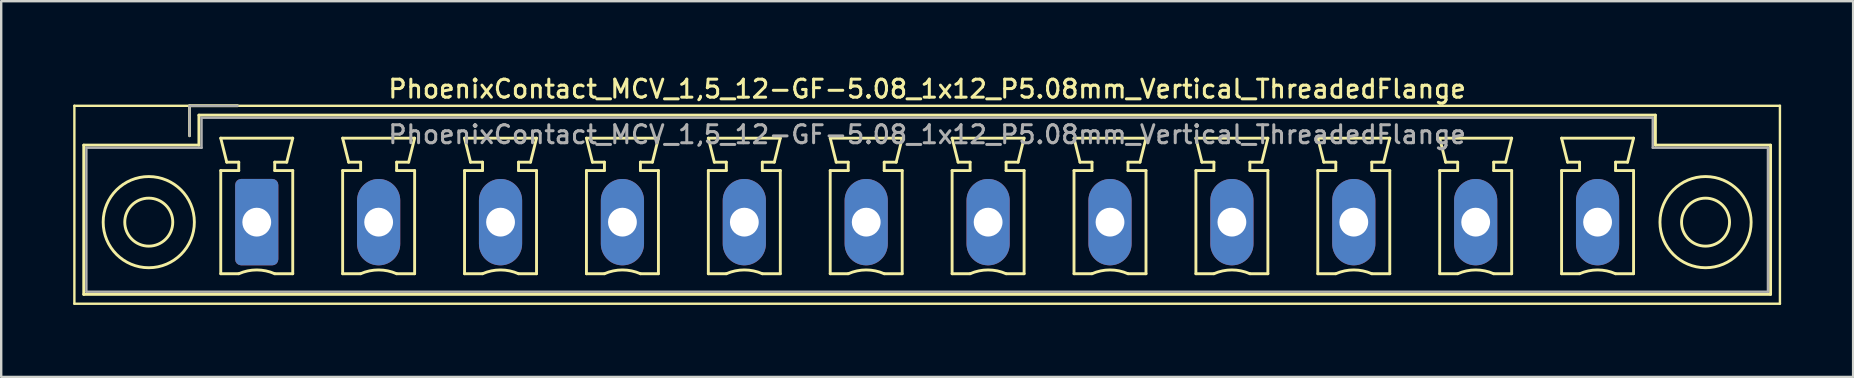
<source format=kicad_pcb>
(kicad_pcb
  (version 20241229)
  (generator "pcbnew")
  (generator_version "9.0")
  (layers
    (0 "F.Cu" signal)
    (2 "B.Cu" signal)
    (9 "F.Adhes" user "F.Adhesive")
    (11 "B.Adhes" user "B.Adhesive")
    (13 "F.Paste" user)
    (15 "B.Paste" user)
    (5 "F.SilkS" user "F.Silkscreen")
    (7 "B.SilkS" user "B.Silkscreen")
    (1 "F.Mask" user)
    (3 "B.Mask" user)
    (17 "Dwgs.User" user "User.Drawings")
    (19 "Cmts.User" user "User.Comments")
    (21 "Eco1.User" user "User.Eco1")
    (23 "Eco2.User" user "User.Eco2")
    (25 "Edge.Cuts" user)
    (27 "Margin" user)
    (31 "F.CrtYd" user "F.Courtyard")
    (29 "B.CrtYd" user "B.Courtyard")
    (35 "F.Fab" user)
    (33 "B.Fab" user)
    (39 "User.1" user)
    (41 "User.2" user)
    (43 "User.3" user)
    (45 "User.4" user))
  (footprint "PhoenixContact_MCV_1,5_12-GF-5.08_1x12_P5.08mm_Vertical_ThreadedFlange"
    (layer "F.Cu")
    (at 7.65 6.208)
    (property "Reference" "PhoenixContact_MCV_1,5_12-GF-5.08_1x12_P5.08mm_Vertical_ThreadedFlange" (at 27.94 -5.55 0) (layer "F.SilkS") (effects (font (size 0.75 0.75) (thickness 0.125))))
    (attr through_hole)
    (fp_line (start -7.6 -4.85) (end -7.6 3.4) (stroke (width 0.1) (type solid)) (layer "F.SilkS"))
    (fp_line (start -7.6 3.4) (end 63.48 3.4) (stroke (width 0.1) (type solid)) (layer "F.SilkS"))
    (fp_line (start -7.21 -3.21) (end -7.21 3.01) (stroke (width 0.12) (type solid)) (layer "F.SilkS"))
    (fp_line (start -7.21 3.01) (end 63.09 3.01) (stroke (width 0.12) (type solid)) (layer "F.SilkS"))
    (fp_line (start -2.8 -4.85) (end -0.8 -4.85) (stroke (width 0.12) (type solid)) (layer "F.SilkS"))
    (fp_line (start -2.8 -3.6) (end -2.8 -4.85) (stroke (width 0.12) (type solid)) (layer "F.SilkS"))
    (fp_line (start -2.41 -4.46) (end -2.41 -3.21) (stroke (width 0.12) (type solid)) (layer "F.SilkS"))
    (fp_line (start -2.41 -3.21) (end -7.21 -3.21) (stroke (width 0.12) (type solid)) (layer "F.SilkS"))
    (fp_line (start -1.5 -3.5) (end 1.5 -3.5) (stroke (width 0.12) (type solid)) (layer "F.SilkS"))
    (fp_line (start -1.5 -2.15) (end -0.75 -2.15) (stroke (width 0.12) (type solid)) (layer "F.SilkS"))
    (fp_line (start -1.5 2.15) (end -1.5 -2.15) (stroke (width 0.12) (type solid)) (layer "F.SilkS"))
    (fp_line (start -1.25 -2.5) (end -1.5 -3.5) (stroke (width 0.12) (type solid)) (layer "F.SilkS"))
    (fp_line (start -0.75 -2.5) (end -1.25 -2.5) (stroke (width 0.12) (type solid)) (layer "F.SilkS"))
    (fp_line (start -0.75 -2.15) (end -0.75 -2.5) (stroke (width 0.12) (type solid)) (layer "F.SilkS"))
    (fp_line (start -0.75 2.15) (end -1.5 2.15) (stroke (width 0.12) (type solid)) (layer "F.SilkS"))
    (fp_line (start 0.75 -2.5) (end 0.75 -2.15) (stroke (width 0.12) (type solid)) (layer "F.SilkS"))
    (fp_line (start 0.75 -2.15) (end 1.5 -2.15) (stroke (width 0.12) (type solid)) (layer "F.SilkS"))
    (fp_line (start 1.25 -2.5) (end 0.75 -2.5) (stroke (width 0.12) (type solid)) (layer "F.SilkS"))
    (fp_line (start 1.5 -3.5) (end 1.25 -2.5) (stroke (width 0.12) (type solid)) (layer "F.SilkS"))
    (fp_line (start 1.5 -2.15) (end 1.5 2.15) (stroke (width 0.12) (type solid)) (layer "F.SilkS"))
    (fp_line (start 1.5 2.15) (end 0.75 2.15) (stroke (width 0.12) (type solid)) (layer "F.SilkS"))
    (fp_line (start 3.58 -3.5) (end 6.58 -3.5) (stroke (width 0.12) (type solid)) (layer "F.SilkS"))
    (fp_line (start 3.58 -2.15) (end 4.33 -2.15) (stroke (width 0.12) (type solid)) (layer "F.SilkS"))
    (fp_line (start 3.58 2.15) (end 3.58 -2.15) (stroke (width 0.12) (type solid)) (layer "F.SilkS"))
    (fp_line (start 3.83 -2.5) (end 3.58 -3.5) (stroke (width 0.12) (type solid)) (layer "F.SilkS"))
    (fp_line (start 4.33 -2.5) (end 3.83 -2.5) (stroke (width 0.12) (type solid)) (layer "F.SilkS"))
    (fp_line (start 4.33 -2.15) (end 4.33 -2.5) (stroke (width 0.12) (type solid)) (layer "F.SilkS"))
    (fp_line (start 4.33 2.15) (end 3.58 2.15) (stroke (width 0.12) (type solid)) (layer "F.SilkS"))
    (fp_line (start 5.83 -2.5) (end 5.83 -2.15) (stroke (width 0.12) (type solid)) (layer "F.SilkS"))
    (fp_line (start 5.83 -2.15) (end 6.58 -2.15) (stroke (width 0.12) (type solid)) (layer "F.SilkS"))
    (fp_line (start 6.33 -2.5) (end 5.83 -2.5) (stroke (width 0.12) (type solid)) (layer "F.SilkS"))
    (fp_line (start 6.58 -3.5) (end 6.33 -2.5) (stroke (width 0.12) (type solid)) (layer "F.SilkS"))
    (fp_line (start 6.58 -2.15) (end 6.58 2.15) (stroke (width 0.12) (type solid)) (layer "F.SilkS"))
    (fp_line (start 6.58 2.15) (end 5.83 2.15) (stroke (width 0.12) (type solid)) (layer "F.SilkS"))
    (fp_line (start 8.66 -3.5) (end 11.66 -3.5) (stroke (width 0.12) (type solid)) (layer "F.SilkS"))
    (fp_line (start 8.66 -2.15) (end 9.41 -2.15) (stroke (width 0.12) (type solid)) (layer "F.SilkS"))
    (fp_line (start 8.66 2.15) (end 8.66 -2.15) (stroke (width 0.12) (type solid)) (layer "F.SilkS"))
    (fp_line (start 8.91 -2.5) (end 8.66 -3.5) (stroke (width 0.12) (type solid)) (layer "F.SilkS"))
    (fp_line (start 9.41 -2.5) (end 8.91 -2.5) (stroke (width 0.12) (type solid)) (layer "F.SilkS"))
    (fp_line (start 9.41 -2.15) (end 9.41 -2.5) (stroke (width 0.12) (type solid)) (layer "F.SilkS"))
    (fp_line (start 9.41 2.15) (end 8.66 2.15) (stroke (width 0.12) (type solid)) (layer "F.SilkS"))
    (fp_line (start 10.91 -2.5) (end 10.91 -2.15) (stroke (width 0.12) (type solid)) (layer "F.SilkS"))
    (fp_line (start 10.91 -2.15) (end 11.66 -2.15) (stroke (width 0.12) (type solid)) (layer "F.SilkS"))
    (fp_line (start 11.41 -2.5) (end 10.91 -2.5) (stroke (width 0.12) (type solid)) (layer "F.SilkS"))
    (fp_line (start 11.66 -3.5) (end 11.41 -2.5) (stroke (width 0.12) (type solid)) (layer "F.SilkS"))
    (fp_line (start 11.66 -2.15) (end 11.66 2.15) (stroke (width 0.12) (type solid)) (layer "F.SilkS"))
    (fp_line (start 11.66 2.15) (end 10.91 2.15) (stroke (width 0.12) (type solid)) (layer "F.SilkS"))
    (fp_line (start 13.74 -3.5) (end 16.74 -3.5) (stroke (width 0.12) (type solid)) (layer "F.SilkS"))
    (fp_line (start 13.74 -2.15) (end 14.49 -2.15) (stroke (width 0.12) (type solid)) (layer "F.SilkS"))
    (fp_line (start 13.74 2.15) (end 13.74 -2.15) (stroke (width 0.12) (type solid)) (layer "F.SilkS"))
    (fp_line (start 13.99 -2.5) (end 13.74 -3.5) (stroke (width 0.12) (type solid)) (layer "F.SilkS"))
    (fp_line (start 14.49 -2.5) (end 13.99 -2.5) (stroke (width 0.12) (type solid)) (layer "F.SilkS"))
    (fp_line (start 14.49 -2.15) (end 14.49 -2.5) (stroke (width 0.12) (type solid)) (layer "F.SilkS"))
    (fp_line (start 14.49 2.15) (end 13.74 2.15) (stroke (width 0.12) (type solid)) (layer "F.SilkS"))
    (fp_line (start 15.99 -2.5) (end 15.99 -2.15) (stroke (width 0.12) (type solid)) (layer "F.SilkS"))
    (fp_line (start 15.99 -2.15) (end 16.74 -2.15) (stroke (width 0.12) (type solid)) (layer "F.SilkS"))
    (fp_line (start 16.49 -2.5) (end 15.99 -2.5) (stroke (width 0.12) (type solid)) (layer "F.SilkS"))
    (fp_line (start 16.74 -3.5) (end 16.49 -2.5) (stroke (width 0.12) (type solid)) (layer "F.SilkS"))
    (fp_line (start 16.74 -2.15) (end 16.74 2.15) (stroke (width 0.12) (type solid)) (layer "F.SilkS"))
    (fp_line (start 16.74 2.15) (end 15.99 2.15) (stroke (width 0.12) (type solid)) (layer "F.SilkS"))
    (fp_line (start 18.82 -3.5) (end 21.82 -3.5) (stroke (width 0.12) (type solid)) (layer "F.SilkS"))
    (fp_line (start 18.82 -2.15) (end 19.57 -2.15) (stroke (width 0.12) (type solid)) (layer "F.SilkS"))
    (fp_line (start 18.82 2.15) (end 18.82 -2.15) (stroke (width 0.12) (type solid)) (layer "F.SilkS"))
    (fp_line (start 19.07 -2.5) (end 18.82 -3.5) (stroke (width 0.12) (type solid)) (layer "F.SilkS"))
    (fp_line (start 19.57 -2.5) (end 19.07 -2.5) (stroke (width 0.12) (type solid)) (layer "F.SilkS"))
    (fp_line (start 19.57 -2.15) (end 19.57 -2.5) (stroke (width 0.12) (type solid)) (layer "F.SilkS"))
    (fp_line (start 19.57 2.15) (end 18.82 2.15) (stroke (width 0.12) (type solid)) (layer "F.SilkS"))
    (fp_line (start 21.07 -2.5) (end 21.07 -2.15) (stroke (width 0.12) (type solid)) (layer "F.SilkS"))
    (fp_line (start 21.07 -2.15) (end 21.82 -2.15) (stroke (width 0.12) (type solid)) (layer "F.SilkS"))
    (fp_line (start 21.57 -2.5) (end 21.07 -2.5) (stroke (width 0.12) (type solid)) (layer "F.SilkS"))
    (fp_line (start 21.82 -3.5) (end 21.57 -2.5) (stroke (width 0.12) (type solid)) (layer "F.SilkS"))
    (fp_line (start 21.82 -2.15) (end 21.82 2.15) (stroke (width 0.12) (type solid)) (layer "F.SilkS"))
    (fp_line (start 21.82 2.15) (end 21.07 2.15) (stroke (width 0.12) (type solid)) (layer "F.SilkS"))
    (fp_line (start 23.9 -3.5) (end 26.9 -3.5) (stroke (width 0.12) (type solid)) (layer "F.SilkS"))
    (fp_line (start 23.9 -2.15) (end 24.65 -2.15) (stroke (width 0.12) (type solid)) (layer "F.SilkS"))
    (fp_line (start 23.9 2.15) (end 23.9 -2.15) (stroke (width 0.12) (type solid)) (layer "F.SilkS"))
    (fp_line (start 24.15 -2.5) (end 23.9 -3.5) (stroke (width 0.12) (type solid)) (layer "F.SilkS"))
    (fp_line (start 24.65 -2.5) (end 24.15 -2.5) (stroke (width 0.12) (type solid)) (layer "F.SilkS"))
    (fp_line (start 24.65 -2.15) (end 24.65 -2.5) (stroke (width 0.12) (type solid)) (layer "F.SilkS"))
    (fp_line (start 24.65 2.15) (end 23.9 2.15) (stroke (width 0.12) (type solid)) (layer "F.SilkS"))
    (fp_line (start 26.15 -2.5) (end 26.15 -2.15) (stroke (width 0.12) (type solid)) (layer "F.SilkS"))
    (fp_line (start 26.15 -2.15) (end 26.9 -2.15) (stroke (width 0.12) (type solid)) (layer "F.SilkS"))
    (fp_line (start 26.65 -2.5) (end 26.15 -2.5) (stroke (width 0.12) (type solid)) (layer "F.SilkS"))
    (fp_line (start 26.9 -3.5) (end 26.65 -2.5) (stroke (width 0.12) (type solid)) (layer "F.SilkS"))
    (fp_line (start 26.9 -2.15) (end 26.9 2.15) (stroke (width 0.12) (type solid)) (layer "F.SilkS"))
    (fp_line (start 26.9 2.15) (end 26.15 2.15) (stroke (width 0.12) (type solid)) (layer "F.SilkS"))
    (fp_line (start 28.98 -3.5) (end 31.98 -3.5) (stroke (width 0.12) (type solid)) (layer "F.SilkS"))
    (fp_line (start 28.98 -2.15) (end 29.73 -2.15) (stroke (width 0.12) (type solid)) (layer "F.SilkS"))
    (fp_line (start 28.98 2.15) (end 28.98 -2.15) (stroke (width 0.12) (type solid)) (layer "F.SilkS"))
    (fp_line (start 29.23 -2.5) (end 28.98 -3.5) (stroke (width 0.12) (type solid)) (layer "F.SilkS"))
    (fp_line (start 29.73 -2.5) (end 29.23 -2.5) (stroke (width 0.12) (type solid)) (layer "F.SilkS"))
    (fp_line (start 29.73 -2.15) (end 29.73 -2.5) (stroke (width 0.12) (type solid)) (layer "F.SilkS"))
    (fp_line (start 29.73 2.15) (end 28.98 2.15) (stroke (width 0.12) (type solid)) (layer "F.SilkS"))
    (fp_line (start 31.23 -2.5) (end 31.23 -2.15) (stroke (width 0.12) (type solid)) (layer "F.SilkS"))
    (fp_line (start 31.23 -2.15) (end 31.98 -2.15) (stroke (width 0.12) (type solid)) (layer "F.SilkS"))
    (fp_line (start 31.73 -2.5) (end 31.23 -2.5) (stroke (width 0.12) (type solid)) (layer "F.SilkS"))
    (fp_line (start 31.98 -3.5) (end 31.73 -2.5) (stroke (width 0.12) (type solid)) (layer "F.SilkS"))
    (fp_line (start 31.98 -2.15) (end 31.98 2.15) (stroke (width 0.12) (type solid)) (layer "F.SilkS"))
    (fp_line (start 31.98 2.15) (end 31.23 2.15) (stroke (width 0.12) (type solid)) (layer "F.SilkS"))
    (fp_line (start 34.06 -3.5) (end 37.06 -3.5) (stroke (width 0.12) (type solid)) (layer "F.SilkS"))
    (fp_line (start 34.06 -2.15) (end 34.81 -2.15) (stroke (width 0.12) (type solid)) (layer "F.SilkS"))
    (fp_line (start 34.06 2.15) (end 34.06 -2.15) (stroke (width 0.12) (type solid)) (layer "F.SilkS"))
    (fp_line (start 34.31 -2.5) (end 34.06 -3.5) (stroke (width 0.12) (type solid)) (layer "F.SilkS"))
    (fp_line (start 34.81 -2.5) (end 34.31 -2.5) (stroke (width 0.12) (type solid)) (layer "F.SilkS"))
    (fp_line (start 34.81 -2.15) (end 34.81 -2.5) (stroke (width 0.12) (type solid)) (layer "F.SilkS"))
    (fp_line (start 34.81 2.15) (end 34.06 2.15) (stroke (width 0.12) (type solid)) (layer "F.SilkS"))
    (fp_line (start 36.31 -2.5) (end 36.31 -2.15) (stroke (width 0.12) (type solid)) (layer "F.SilkS"))
    (fp_line (start 36.31 -2.15) (end 37.06 -2.15) (stroke (width 0.12) (type solid)) (layer "F.SilkS"))
    (fp_line (start 36.81 -2.5) (end 36.31 -2.5) (stroke (width 0.12) (type solid)) (layer "F.SilkS"))
    (fp_line (start 37.06 -3.5) (end 36.81 -2.5) (stroke (width 0.12) (type solid)) (layer "F.SilkS"))
    (fp_line (start 37.06 -2.15) (end 37.06 2.15) (stroke (width 0.12) (type solid)) (layer "F.SilkS"))
    (fp_line (start 37.06 2.15) (end 36.31 2.15) (stroke (width 0.12) (type solid)) (layer "F.SilkS"))
    (fp_line (start 39.14 -3.5) (end 42.14 -3.5) (stroke (width 0.12) (type solid)) (layer "F.SilkS"))
    (fp_line (start 39.14 -2.15) (end 39.89 -2.15) (stroke (width 0.12) (type solid)) (layer "F.SilkS"))
    (fp_line (start 39.14 2.15) (end 39.14 -2.15) (stroke (width 0.12) (type solid)) (layer "F.SilkS"))
    (fp_line (start 39.39 -2.5) (end 39.14 -3.5) (stroke (width 0.12) (type solid)) (layer "F.SilkS"))
    (fp_line (start 39.89 -2.5) (end 39.39 -2.5) (stroke (width 0.12) (type solid)) (layer "F.SilkS"))
    (fp_line (start 39.89 -2.15) (end 39.89 -2.5) (stroke (width 0.12) (type solid)) (layer "F.SilkS"))
    (fp_line (start 39.89 2.15) (end 39.14 2.15) (stroke (width 0.12) (type solid)) (layer "F.SilkS"))
    (fp_line (start 41.39 -2.5) (end 41.39 -2.15) (stroke (width 0.12) (type solid)) (layer "F.SilkS"))
    (fp_line (start 41.39 -2.15) (end 42.14 -2.15) (stroke (width 0.12) (type solid)) (layer "F.SilkS"))
    (fp_line (start 41.89 -2.5) (end 41.39 -2.5) (stroke (width 0.12) (type solid)) (layer "F.SilkS"))
    (fp_line (start 42.14 -3.5) (end 41.89 -2.5) (stroke (width 0.12) (type solid)) (layer "F.SilkS"))
    (fp_line (start 42.14 -2.15) (end 42.14 2.15) (stroke (width 0.12) (type solid)) (layer "F.SilkS"))
    (fp_line (start 42.14 2.15) (end 41.39 2.15) (stroke (width 0.12) (type solid)) (layer "F.SilkS"))
    (fp_line (start 44.22 -3.5) (end 47.22 -3.5) (stroke (width 0.12) (type solid)) (layer "F.SilkS"))
    (fp_line (start 44.22 -2.15) (end 44.97 -2.15) (stroke (width 0.12) (type solid)) (layer "F.SilkS"))
    (fp_line (start 44.22 2.15) (end 44.22 -2.15) (stroke (width 0.12) (type solid)) (layer "F.SilkS"))
    (fp_line (start 44.47 -2.5) (end 44.22 -3.5) (stroke (width 0.12) (type solid)) (layer "F.SilkS"))
    (fp_line (start 44.97 -2.5) (end 44.47 -2.5) (stroke (width 0.12) (type solid)) (layer "F.SilkS"))
    (fp_line (start 44.97 -2.15) (end 44.97 -2.5) (stroke (width 0.12) (type solid)) (layer "F.SilkS"))
    (fp_line (start 44.97 2.15) (end 44.22 2.15) (stroke (width 0.12) (type solid)) (layer "F.SilkS"))
    (fp_line (start 46.47 -2.5) (end 46.47 -2.15) (stroke (width 0.12) (type solid)) (layer "F.SilkS"))
    (fp_line (start 46.47 -2.15) (end 47.22 -2.15) (stroke (width 0.12) (type solid)) (layer "F.SilkS"))
    (fp_line (start 46.97 -2.5) (end 46.47 -2.5) (stroke (width 0.12) (type solid)) (layer "F.SilkS"))
    (fp_line (start 47.22 -3.5) (end 46.97 -2.5) (stroke (width 0.12) (type solid)) (layer "F.SilkS"))
    (fp_line (start 47.22 -2.15) (end 47.22 2.15) (stroke (width 0.12) (type solid)) (layer "F.SilkS"))
    (fp_line (start 47.22 2.15) (end 46.47 2.15) (stroke (width 0.12) (type solid)) (layer "F.SilkS"))
    (fp_line (start 49.3 -3.5) (end 52.3 -3.5) (stroke (width 0.12) (type solid)) (layer "F.SilkS"))
    (fp_line (start 49.3 -2.15) (end 50.05 -2.15) (stroke (width 0.12) (type solid)) (layer "F.SilkS"))
    (fp_line (start 49.3 2.15) (end 49.3 -2.15) (stroke (width 0.12) (type solid)) (layer "F.SilkS"))
    (fp_line (start 49.55 -2.5) (end 49.3 -3.5) (stroke (width 0.12) (type solid)) (layer "F.SilkS"))
    (fp_line (start 50.05 -2.5) (end 49.55 -2.5) (stroke (width 0.12) (type solid)) (layer "F.SilkS"))
    (fp_line (start 50.05 -2.15) (end 50.05 -2.5) (stroke (width 0.12) (type solid)) (layer "F.SilkS"))
    (fp_line (start 50.05 2.15) (end 49.3 2.15) (stroke (width 0.12) (type solid)) (layer "F.SilkS"))
    (fp_line (start 51.55 -2.5) (end 51.55 -2.15) (stroke (width 0.12) (type solid)) (layer "F.SilkS"))
    (fp_line (start 51.55 -2.15) (end 52.3 -2.15) (stroke (width 0.12) (type solid)) (layer "F.SilkS"))
    (fp_line (start 52.05 -2.5) (end 51.55 -2.5) (stroke (width 0.12) (type solid)) (layer "F.SilkS"))
    (fp_line (start 52.3 -3.5) (end 52.05 -2.5) (stroke (width 0.12) (type solid)) (layer "F.SilkS"))
    (fp_line (start 52.3 -2.15) (end 52.3 2.15) (stroke (width 0.12) (type solid)) (layer "F.SilkS"))
    (fp_line (start 52.3 2.15) (end 51.55 2.15) (stroke (width 0.12) (type solid)) (layer "F.SilkS"))
    (fp_line (start 54.38 -3.5) (end 57.38 -3.5) (stroke (width 0.12) (type solid)) (layer "F.SilkS"))
    (fp_line (start 54.38 -2.15) (end 55.13 -2.15) (stroke (width 0.12) (type solid)) (layer "F.SilkS"))
    (fp_line (start 54.38 2.15) (end 54.38 -2.15) (stroke (width 0.12) (type solid)) (layer "F.SilkS"))
    (fp_line (start 54.63 -2.5) (end 54.38 -3.5) (stroke (width 0.12) (type solid)) (layer "F.SilkS"))
    (fp_line (start 55.13 -2.5) (end 54.63 -2.5) (stroke (width 0.12) (type solid)) (layer "F.SilkS"))
    (fp_line (start 55.13 -2.15) (end 55.13 -2.5) (stroke (width 0.12) (type solid)) (layer "F.SilkS"))
    (fp_line (start 55.13 2.15) (end 54.38 2.15) (stroke (width 0.12) (type solid)) (layer "F.SilkS"))
    (fp_line (start 56.63 -2.5) (end 56.63 -2.15) (stroke (width 0.12) (type solid)) (layer "F.SilkS"))
    (fp_line (start 56.63 -2.15) (end 57.38 -2.15) (stroke (width 0.12) (type solid)) (layer "F.SilkS"))
    (fp_line (start 57.13 -2.5) (end 56.63 -2.5) (stroke (width 0.12) (type solid)) (layer "F.SilkS"))
    (fp_line (start 57.38 -3.5) (end 57.13 -2.5) (stroke (width 0.12) (type solid)) (layer "F.SilkS"))
    (fp_line (start 57.38 -2.15) (end 57.38 2.15) (stroke (width 0.12) (type solid)) (layer "F.SilkS"))
    (fp_line (start 57.38 2.15) (end 56.63 2.15) (stroke (width 0.12) (type solid)) (layer "F.SilkS"))
    (fp_line (start 58.29 -4.46) (end -2.41 -4.46) (stroke (width 0.12) (type solid)) (layer "F.SilkS"))
    (fp_line (start 58.29 -3.21) (end 58.29 -4.46) (stroke (width 0.12) (type solid)) (layer "F.SilkS"))
    (fp_line (start 63.09 -3.21) (end 58.29 -3.21) (stroke (width 0.12) (type solid)) (layer "F.SilkS"))
    (fp_line (start 63.09 3.01) (end 63.09 -3.21) (stroke (width 0.12) (type solid)) (layer "F.SilkS"))
    (fp_line (start 63.48 -4.85) (end -7.6 -4.85) (stroke (width 0.1) (type solid)) (layer "F.SilkS"))
    (fp_line (start 63.48 3.4) (end 63.48 -4.85) (stroke (width 0.1) (type solid)) (layer "F.SilkS"))
    (fp_arc (start -0.75 2.15) (mid -0.000193 1.99191) (end 0.749647 2.149844) (stroke (width 0.12) (type solid)) (layer "F.SilkS"))
    (fp_arc (start 4.33 2.15) (mid 5.079807 1.99191) (end 5.829647 2.149844) (stroke (width 0.12) (type solid)) (layer "F.SilkS"))
    (fp_arc (start 9.41 2.15) (mid 10.159807 1.99191) (end 10.909647 2.149844) (stroke (width 0.12) (type solid)) (layer "F.SilkS"))
    (fp_arc (start 14.49 2.15) (mid 15.239807 1.99191) (end 15.989647 2.149844) (stroke (width 0.12) (type solid)) (layer "F.SilkS"))
    (fp_arc (start 19.57 2.15) (mid 20.319807 1.99191) (end 21.069647 2.149844) (stroke (width 0.12) (type solid)) (layer "F.SilkS"))
    (fp_arc (start 24.65 2.15) (mid 25.399807 1.99191) (end 26.149647 2.149844) (stroke (width 0.12) (type solid)) (layer "F.SilkS"))
    (fp_arc (start 29.73 2.15) (mid 30.479807 1.99191) (end 31.229647 2.149844) (stroke (width 0.12) (type solid)) (layer "F.SilkS"))
    (fp_arc (start 34.81 2.15) (mid 35.559807 1.99191) (end 36.309647 2.149844) (stroke (width 0.12) (type solid)) (layer "F.SilkS"))
    (fp_arc (start 39.89 2.15) (mid 40.639807 1.99191) (end 41.389647 2.149844) (stroke (width 0.12) (type solid)) (layer "F.SilkS"))
    (fp_arc (start 44.97 2.15) (mid 45.719807 1.99191) (end 46.469647 2.149844) (stroke (width 0.12) (type solid)) (layer "F.SilkS"))
    (fp_arc (start 50.05 2.15) (mid 50.799807 1.99191) (end 51.549647 2.149844) (stroke (width 0.12) (type solid)) (layer "F.SilkS"))
    (fp_arc (start 55.13 2.15) (mid 55.879807 1.99191) (end 56.629647 2.149844) (stroke (width 0.12) (type solid)) (layer "F.SilkS"))
    (fp_circle (center -4.5 0) (end -3.5 0) (stroke (width 0.12) (type solid)) (fill no) (layer "F.SilkS"))
    (fp_circle (center -4.5 0) (end -2.6 0) (stroke (width 0.12) (type solid)) (fill no) (layer "F.SilkS"))
    (fp_circle (center 60.38 0) (end 61.38 0) (stroke (width 0.12) (type solid)) (fill no) (layer "F.SilkS"))
    (fp_circle (center 60.38 0) (end 62.28 0) (stroke (width 0.12) (type solid)) (fill no) (layer "F.SilkS"))
    (fp_line (start -7.1 -3.1) (end -7.1 2.9) (stroke (width 0.1) (type solid)) (layer "F.Fab"))
    (fp_line (start -7.1 2.9) (end 62.98 2.9) (stroke (width 0.1) (type solid)) (layer "F.Fab"))
    (fp_line (start -2.8 -4.85) (end -0.8 -4.85) (stroke (width 0.1) (type solid)) (layer "F.Fab"))
    (fp_line (start -2.8 -3.6) (end -2.8 -4.85) (stroke (width 0.1) (type solid)) (layer "F.Fab"))
    (fp_line (start -2.3 -4.35) (end -2.3 -3.1) (stroke (width 0.1) (type solid)) (layer "F.Fab"))
    (fp_line (start -2.3 -3.1) (end -7.1 -3.1) (stroke (width 0.1) (type solid)) (layer "F.Fab"))
    (fp_line (start 58.18 -4.35) (end -2.3 -4.35) (stroke (width 0.1) (type solid)) (layer "F.Fab"))
    (fp_line (start 58.18 -3.1) (end 58.18 -4.35) (stroke (width 0.1) (type solid)) (layer "F.Fab"))
    (fp_line (start 62.98 -3.1) (end 58.18 -3.1) (stroke (width 0.1) (type solid)) (layer "F.Fab"))
    (fp_line (start 62.98 2.9) (end 62.98 -3.1) (stroke (width 0.1) (type solid)) (layer "F.Fab"))
    (fp_text user "${REFERENCE}" (at 27.94 -3.65 0) (layer "F.Fab") (effects (font (size 0.75 0.75) (thickness 0.125))))
    (pad "1" thru_hole roundrect (at 0 0) (size 1.8 3.6) (drill 1.2) (layers "*.Cu" "*.Mask") (roundrect_rratio 0.139))
    (pad "2" thru_hole oval (at 5.08 0) (size 1.8 3.6) (drill 1.2) (layers "*.Cu" "*.Mask"))
    (pad "3" thru_hole oval (at 10.16 0) (size 1.8 3.6) (drill 1.2) (layers "*.Cu" "*.Mask"))
    (pad "4" thru_hole oval (at 15.24 0) (size 1.8 3.6) (drill 1.2) (layers "*.Cu" "*.Mask"))
    (pad "5" thru_hole oval (at 20.32 0) (size 1.8 3.6) (drill 1.2) (layers "*.Cu" "*.Mask"))
    (pad "6" thru_hole oval (at 25.4 0) (size 1.8 3.6) (drill 1.2) (layers "*.Cu" "*.Mask"))
    (pad "7" thru_hole oval (at 30.48 0) (size 1.8 3.6) (drill 1.2) (layers "*.Cu" "*.Mask"))
    (pad "8" thru_hole oval (at 35.56 0) (size 1.8 3.6) (drill 1.2) (layers "*.Cu" "*.Mask"))
    (pad "9" thru_hole oval (at 40.64 0) (size 1.8 3.6) (drill 1.2) (layers "*.Cu" "*.Mask"))
    (pad "10" thru_hole oval (at 45.72 0) (size 1.8 3.6) (drill 1.2) (layers "*.Cu" "*.Mask"))
    (pad "11" thru_hole oval (at 50.8 0) (size 1.8 3.6) (drill 1.2) (layers "*.Cu" "*.Mask"))
    (pad "12" thru_hole oval (at 55.88 0) (size 1.8 3.6) (drill 1.2) (layers "*.Cu" "*.Mask")))
  (gr_rect
    (start -3 -3)
    (end 74.18 12.658)
    (stroke (width 0.1) (type default))
    (fill no)
    (layer "Edge.Cuts")))
</source>
